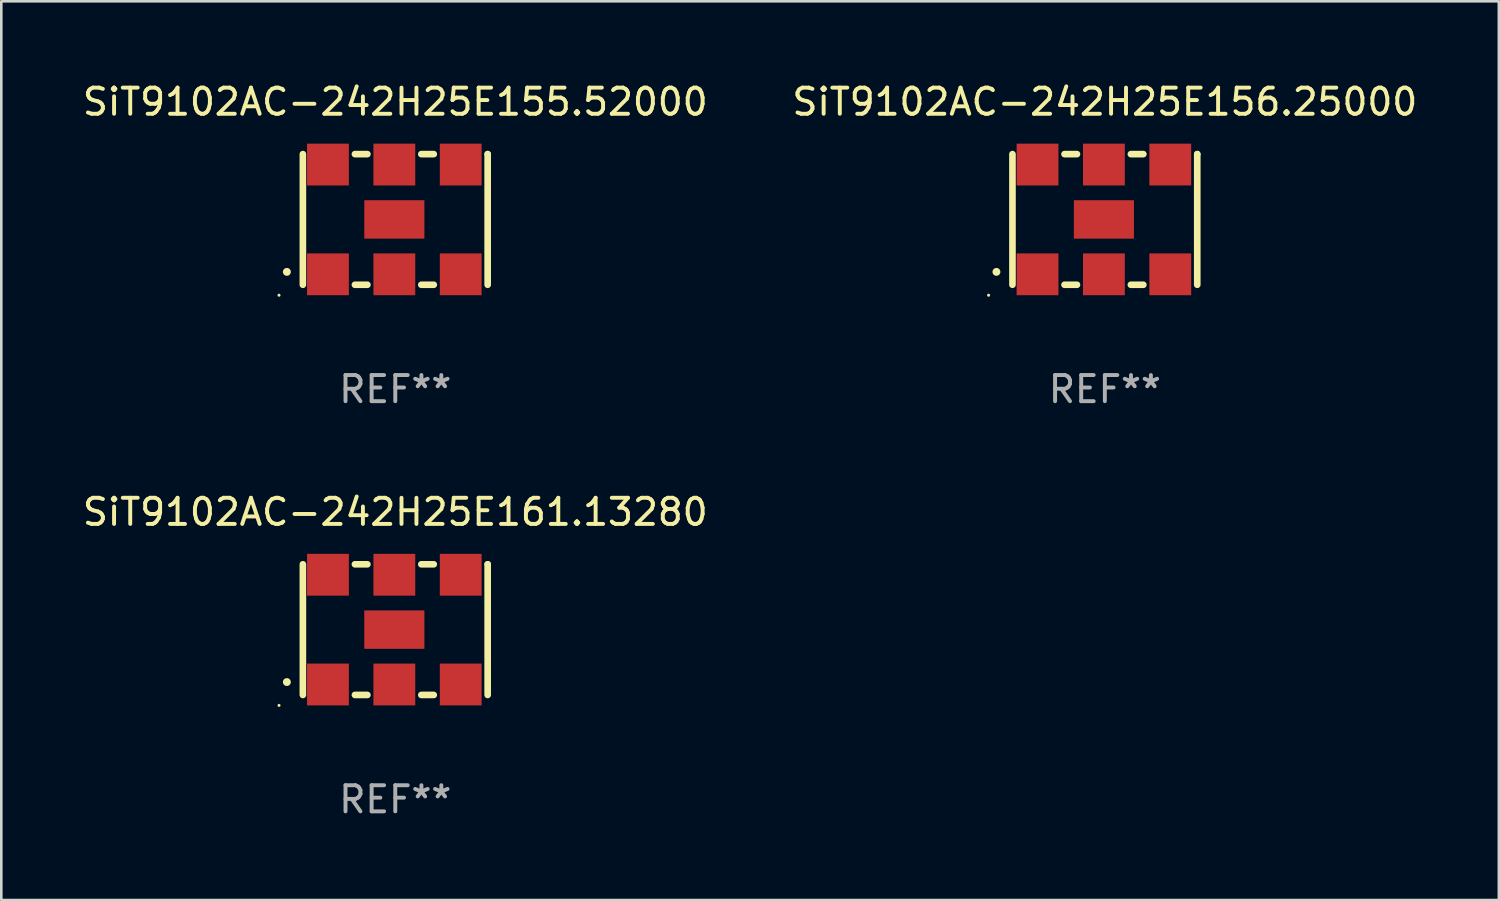
<source format=kicad_pcb>
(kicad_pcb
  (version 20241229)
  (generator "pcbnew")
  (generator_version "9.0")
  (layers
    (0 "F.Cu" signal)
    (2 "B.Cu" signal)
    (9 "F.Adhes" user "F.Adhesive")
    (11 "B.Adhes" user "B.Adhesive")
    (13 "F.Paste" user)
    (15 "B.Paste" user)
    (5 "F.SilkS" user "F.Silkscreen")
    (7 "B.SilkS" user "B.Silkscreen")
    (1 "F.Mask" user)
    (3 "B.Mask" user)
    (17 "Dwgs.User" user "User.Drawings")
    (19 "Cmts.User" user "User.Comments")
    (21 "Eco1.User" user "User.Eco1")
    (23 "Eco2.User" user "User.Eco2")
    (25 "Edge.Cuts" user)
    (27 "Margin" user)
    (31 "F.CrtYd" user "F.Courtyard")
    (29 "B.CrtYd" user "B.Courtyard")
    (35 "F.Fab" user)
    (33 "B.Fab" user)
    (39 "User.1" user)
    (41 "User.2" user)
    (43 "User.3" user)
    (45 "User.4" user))
  (footprint "SiT9102AC-242H25E161.13280"
    (layer "F.Cu")
    (at 12.077 21.045)
    (property "Reference" "SiT9102AC-242H25E161.13280" (at 0 -4.5 0) (layer "F.SilkS") (effects (font (size 1 1) (thickness 0.15))))
    (attr through_hole)
    (fp_line (start -3.536 -2.5) (end -3.536 2.5) (stroke (width 0.254) (type solid)) (layer "F.SilkS"))
    (fp_line (start -1.544 2.5) (end -1.067 2.5) (stroke (width 0.254) (type solid)) (layer "F.SilkS"))
    (fp_line (start -1.067 -2.5) (end -1.544 -2.5) (stroke (width 0.254) (type solid)) (layer "F.SilkS"))
    (fp_line (start 0.996 2.5) (end 1.473 2.5) (stroke (width 0.254) (type solid)) (layer "F.SilkS"))
    (fp_line (start 1.473 -2.5) (end 0.996 -2.5) (stroke (width 0.254) (type solid)) (layer "F.SilkS"))
    (fp_line (start 3.536 -2.5) (end 3.536 -2.5) (stroke (width 0.254) (type solid)) (layer "F.SilkS"))
    (fp_line (start 3.536 2.5) (end 3.536 -2.5) (stroke (width 0.254) (type solid)) (layer "F.SilkS"))
    (fp_arc (start -4.150432 2.006604) (mid -4.149162 2.006599) (end -4.147892 2.006604) (stroke (width 0.3) (type solid)) (layer "F.SilkS"))
    (fp_circle (center -4.449 2.9) (end -4.419 2.9) (stroke (width 0.06) (type solid)) (fill no) (layer "F.SilkS"))
    (fp_text user "REF**" (at 0 6.5 0) (layer "F.Fab") (effects (font (size 1 1) (thickness 0.15))))
    (pad "1" smd rect (at -2.576 2.1) (size 1.6 1.6) (layers "F.Cu" "F.Mask" "F.Paste"))
    (pad "2" smd rect (at -0.036 2.1) (size 1.6 1.6) (layers "F.Cu" "F.Mask" "F.Paste"))
    (pad "3" smd rect (at 2.504 2.1) (size 1.6 1.6) (layers "F.Cu" "F.Mask" "F.Paste"))
    (pad "4" smd rect (at 2.504 -2.1) (size 1.6 1.6) (layers "F.Cu" "F.Mask" "F.Paste"))
    (pad "5" smd rect (at -0.036 -2.1) (size 1.6 1.6) (layers "F.Cu" "F.Mask" "F.Paste"))
    (pad "6" smd rect (at -2.576 -2.1) (size 1.6 1.6) (layers "F.Cu" "F.Mask" "F.Paste"))
    (pad "7" smd rect (at -0.036 0) (size 2.3 1.47) (layers "F.Cu" "F.Mask" "F.Paste")))
  (footprint "SiT9102AC-242H25E155.52000"
    (layer "F.Cu")
    (at 12.077 5.348)
    (property "Reference" "SiT9102AC-242H25E155.52000" (at 0 -4.5 0) (layer "F.SilkS") (effects (font (size 1 1) (thickness 0.15))))
    (attr through_hole)
    (fp_line (start -3.536 -2.5) (end -3.536 2.5) (stroke (width 0.254) (type solid)) (layer "F.SilkS"))
    (fp_line (start -1.544 2.5) (end -1.067 2.5) (stroke (width 0.254) (type solid)) (layer "F.SilkS"))
    (fp_line (start -1.067 -2.5) (end -1.544 -2.5) (stroke (width 0.254) (type solid)) (layer "F.SilkS"))
    (fp_line (start 0.996 2.5) (end 1.473 2.5) (stroke (width 0.254) (type solid)) (layer "F.SilkS"))
    (fp_line (start 1.473 -2.5) (end 0.996 -2.5) (stroke (width 0.254) (type solid)) (layer "F.SilkS"))
    (fp_line (start 3.536 -2.5) (end 3.536 -2.5) (stroke (width 0.254) (type solid)) (layer "F.SilkS"))
    (fp_line (start 3.536 2.5) (end 3.536 -2.5) (stroke (width 0.254) (type solid)) (layer "F.SilkS"))
    (fp_arc (start -4.150432 2.006604) (mid -4.149162 2.006599) (end -4.147892 2.006604) (stroke (width 0.3) (type solid)) (layer "F.SilkS"))
    (fp_circle (center -4.449 2.9) (end -4.419 2.9) (stroke (width 0.06) (type solid)) (fill no) (layer "F.SilkS"))
    (fp_text user "REF**" (at 0 6.5 0) (layer "F.Fab") (effects (font (size 1 1) (thickness 0.15))))
    (pad "1" smd rect (at -2.576 2.1) (size 1.6 1.6) (layers "F.Cu" "F.Mask" "F.Paste"))
    (pad "2" smd rect (at -0.036 2.1) (size 1.6 1.6) (layers "F.Cu" "F.Mask" "F.Paste"))
    (pad "3" smd rect (at 2.504 2.1) (size 1.6 1.6) (layers "F.Cu" "F.Mask" "F.Paste"))
    (pad "4" smd rect (at 2.504 -2.1) (size 1.6 1.6) (layers "F.Cu" "F.Mask" "F.Paste"))
    (pad "5" smd rect (at -0.036 -2.1) (size 1.6 1.6) (layers "F.Cu" "F.Mask" "F.Paste"))
    (pad "6" smd rect (at -2.576 -2.1) (size 1.6 1.6) (layers "F.Cu" "F.Mask" "F.Paste"))
    (pad "7" smd rect (at -0.036 0) (size 2.3 1.47) (layers "F.Cu" "F.Mask" "F.Paste")))
  (footprint "SiT9102AC-242H25E156.25000"
    (layer "F.Cu")
    (at 39.232 5.348)
    (property "Reference" "SiT9102AC-242H25E156.25000" (at 0 -4.5 0) (layer "F.SilkS") (effects (font (size 1 1) (thickness 0.15))))
    (attr through_hole)
    (fp_line (start -3.536 -2.5) (end -3.536 2.5) (stroke (width 0.254) (type solid)) (layer "F.SilkS"))
    (fp_line (start -1.544 2.5) (end -1.067 2.5) (stroke (width 0.254) (type solid)) (layer "F.SilkS"))
    (fp_line (start -1.067 -2.5) (end -1.544 -2.5) (stroke (width 0.254) (type solid)) (layer "F.SilkS"))
    (fp_line (start 0.996 2.5) (end 1.473 2.5) (stroke (width 0.254) (type solid)) (layer "F.SilkS"))
    (fp_line (start 1.473 -2.5) (end 0.996 -2.5) (stroke (width 0.254) (type solid)) (layer "F.SilkS"))
    (fp_line (start 3.536 -2.5) (end 3.536 -2.5) (stroke (width 0.254) (type solid)) (layer "F.SilkS"))
    (fp_line (start 3.536 2.5) (end 3.536 -2.5) (stroke (width 0.254) (type solid)) (layer "F.SilkS"))
    (fp_arc (start -4.150432 2.006604) (mid -4.149162 2.006599) (end -4.147892 2.006604) (stroke (width 0.3) (type solid)) (layer "F.SilkS"))
    (fp_circle (center -4.449 2.9) (end -4.419 2.9) (stroke (width 0.06) (type solid)) (fill no) (layer "F.SilkS"))
    (fp_text user "REF**" (at 0 6.5 0) (layer "F.Fab") (effects (font (size 1 1) (thickness 0.15))))
    (pad "1" smd rect (at -2.576 2.1) (size 1.6 1.6) (layers "F.Cu" "F.Mask" "F.Paste"))
    (pad "2" smd rect (at -0.036 2.1) (size 1.6 1.6) (layers "F.Cu" "F.Mask" "F.Paste"))
    (pad "3" smd rect (at 2.504 2.1) (size 1.6 1.6) (layers "F.Cu" "F.Mask" "F.Paste"))
    (pad "4" smd rect (at 2.504 -2.1) (size 1.6 1.6) (layers "F.Cu" "F.Mask" "F.Paste"))
    (pad "5" smd rect (at -0.036 -2.1) (size 1.6 1.6) (layers "F.Cu" "F.Mask" "F.Paste"))
    (pad "6" smd rect (at -2.576 -2.1) (size 1.6 1.6) (layers "F.Cu" "F.Mask" "F.Paste"))
    (pad "7" smd rect (at -0.036 0) (size 2.3 1.47) (layers "F.Cu" "F.Mask" "F.Paste")))
  (gr_rect
    (start -3 -3)
    (end 54.31 31.393)
    (stroke (width 0.1) (type default))
    (fill no)
    (layer "Edge.Cuts")))
</source>
